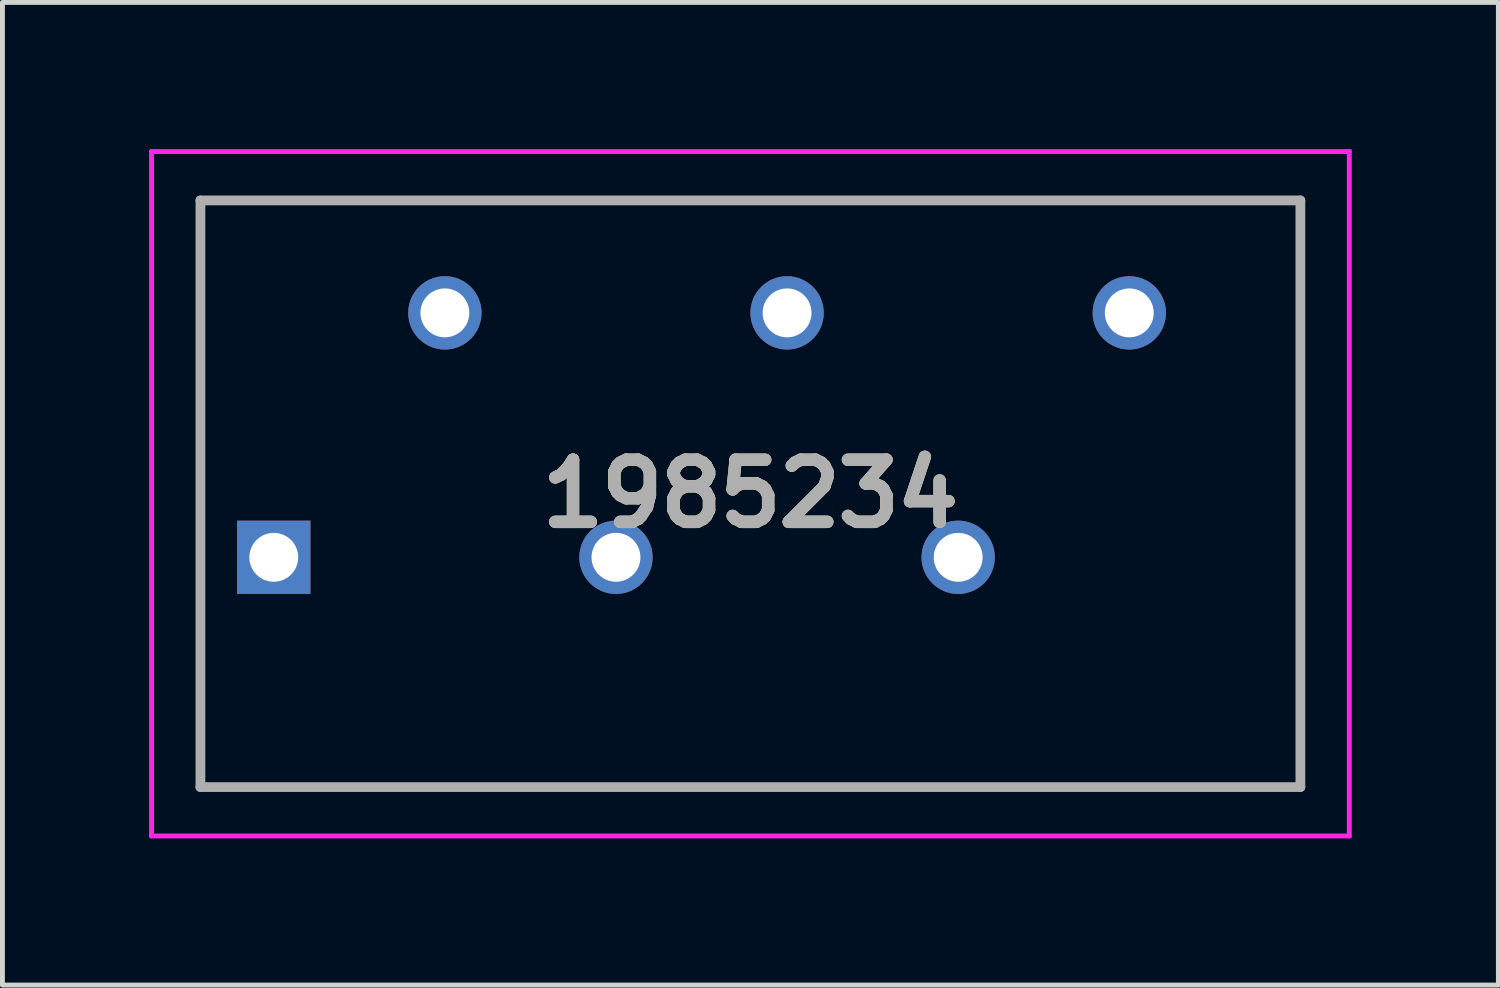
<source format=kicad_pcb>
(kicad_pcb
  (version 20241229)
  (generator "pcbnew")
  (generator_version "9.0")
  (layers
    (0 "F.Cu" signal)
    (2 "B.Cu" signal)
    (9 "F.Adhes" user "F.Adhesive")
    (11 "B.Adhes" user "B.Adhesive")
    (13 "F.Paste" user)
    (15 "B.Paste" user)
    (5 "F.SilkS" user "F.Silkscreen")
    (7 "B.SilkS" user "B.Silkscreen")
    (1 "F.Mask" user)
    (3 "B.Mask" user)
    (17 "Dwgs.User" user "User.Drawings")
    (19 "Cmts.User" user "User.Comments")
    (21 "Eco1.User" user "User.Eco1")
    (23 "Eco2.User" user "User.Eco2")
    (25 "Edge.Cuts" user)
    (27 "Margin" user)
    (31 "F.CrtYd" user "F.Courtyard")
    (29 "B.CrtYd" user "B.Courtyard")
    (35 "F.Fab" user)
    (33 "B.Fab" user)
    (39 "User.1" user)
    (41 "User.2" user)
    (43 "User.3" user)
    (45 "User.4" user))
  (footprint "1985234"
    (layer "F.Cu")
    (at 2.55 8.35)
    (property "Reference" "1985234" (at 9.75 -1.3 0) (layer "F.SilkS") (effects (font (size 1.27 1.27) (thickness 0.254))))
    (attr through_hole)
    (fp_line (start -1.5 -7.3) (end 21 -7.3) (stroke (width 0.1) (type solid)) (layer "F.SilkS"))
    (fp_line (start -1.5 4.7) (end -1.5 -7.3) (stroke (width 0.1) (type solid)) (layer "F.SilkS"))
    (fp_line (start 21 -7.3) (end 21 4.7) (stroke (width 0.1) (type solid)) (layer "F.SilkS"))
    (fp_line (start 21 4.7) (end -1.5 4.7) (stroke (width 0.1) (type solid)) (layer "F.SilkS"))
    (fp_line (start -2.5 -8.3) (end 22 -8.3) (stroke (width 0.1) (type solid)) (layer "F.CrtYd"))
    (fp_line (start -2.5 5.7) (end -2.5 -8.3) (stroke (width 0.1) (type solid)) (layer "F.CrtYd"))
    (fp_line (start 22 -8.3) (end 22 5.7) (stroke (width 0.1) (type solid)) (layer "F.CrtYd"))
    (fp_line (start 22 5.7) (end -2.5 5.7) (stroke (width 0.1) (type solid)) (layer "F.CrtYd"))
    (fp_line (start -1.5 -7.3) (end 21 -7.3) (stroke (width 0.2) (type solid)) (layer "F.Fab"))
    (fp_line (start -1.5 4.7) (end -1.5 -7.3) (stroke (width 0.2) (type solid)) (layer "F.Fab"))
    (fp_line (start 21 -7.3) (end 21 4.7) (stroke (width 0.2) (type solid)) (layer "F.Fab"))
    (fp_line (start 21 4.7) (end -1.5 4.7) (stroke (width 0.2) (type solid)) (layer "F.Fab"))
    (fp_text user "${REFERENCE}" (at 9.75 -1.3 0) (layer "F.Fab") (effects (font (size 1.27 1.27) (thickness 0.254))))
    (pad "1" thru_hole rect (at 0 0) (size 1.5 1.5) (drill 1) (layers "*.Cu" "*.Mask"))
    (pad "2" thru_hole circle (at 3.5 -5) (size 1.5 1.5) (drill 1) (layers "*.Cu" "*.Mask"))
    (pad "3" thru_hole circle (at 7 0) (size 1.5 1.5) (drill 1) (layers "*.Cu" "*.Mask"))
    (pad "4" thru_hole circle (at 10.5 -5) (size 1.5 1.5) (drill 1) (layers "*.Cu" "*.Mask"))
    (pad "5" thru_hole circle (at 14 0) (size 1.5 1.5) (drill 1) (layers "*.Cu" "*.Mask"))
    (pad "6" thru_hole circle (at 17.5 -5) (size 1.5 1.5) (drill 1) (layers "*.Cu" "*.Mask")))
  (gr_rect
    (start -3 -3)
    (end 27.6 17.1)
    (stroke (width 0.1) (type default))
    (fill no)
    (layer "Edge.Cuts")))
</source>
